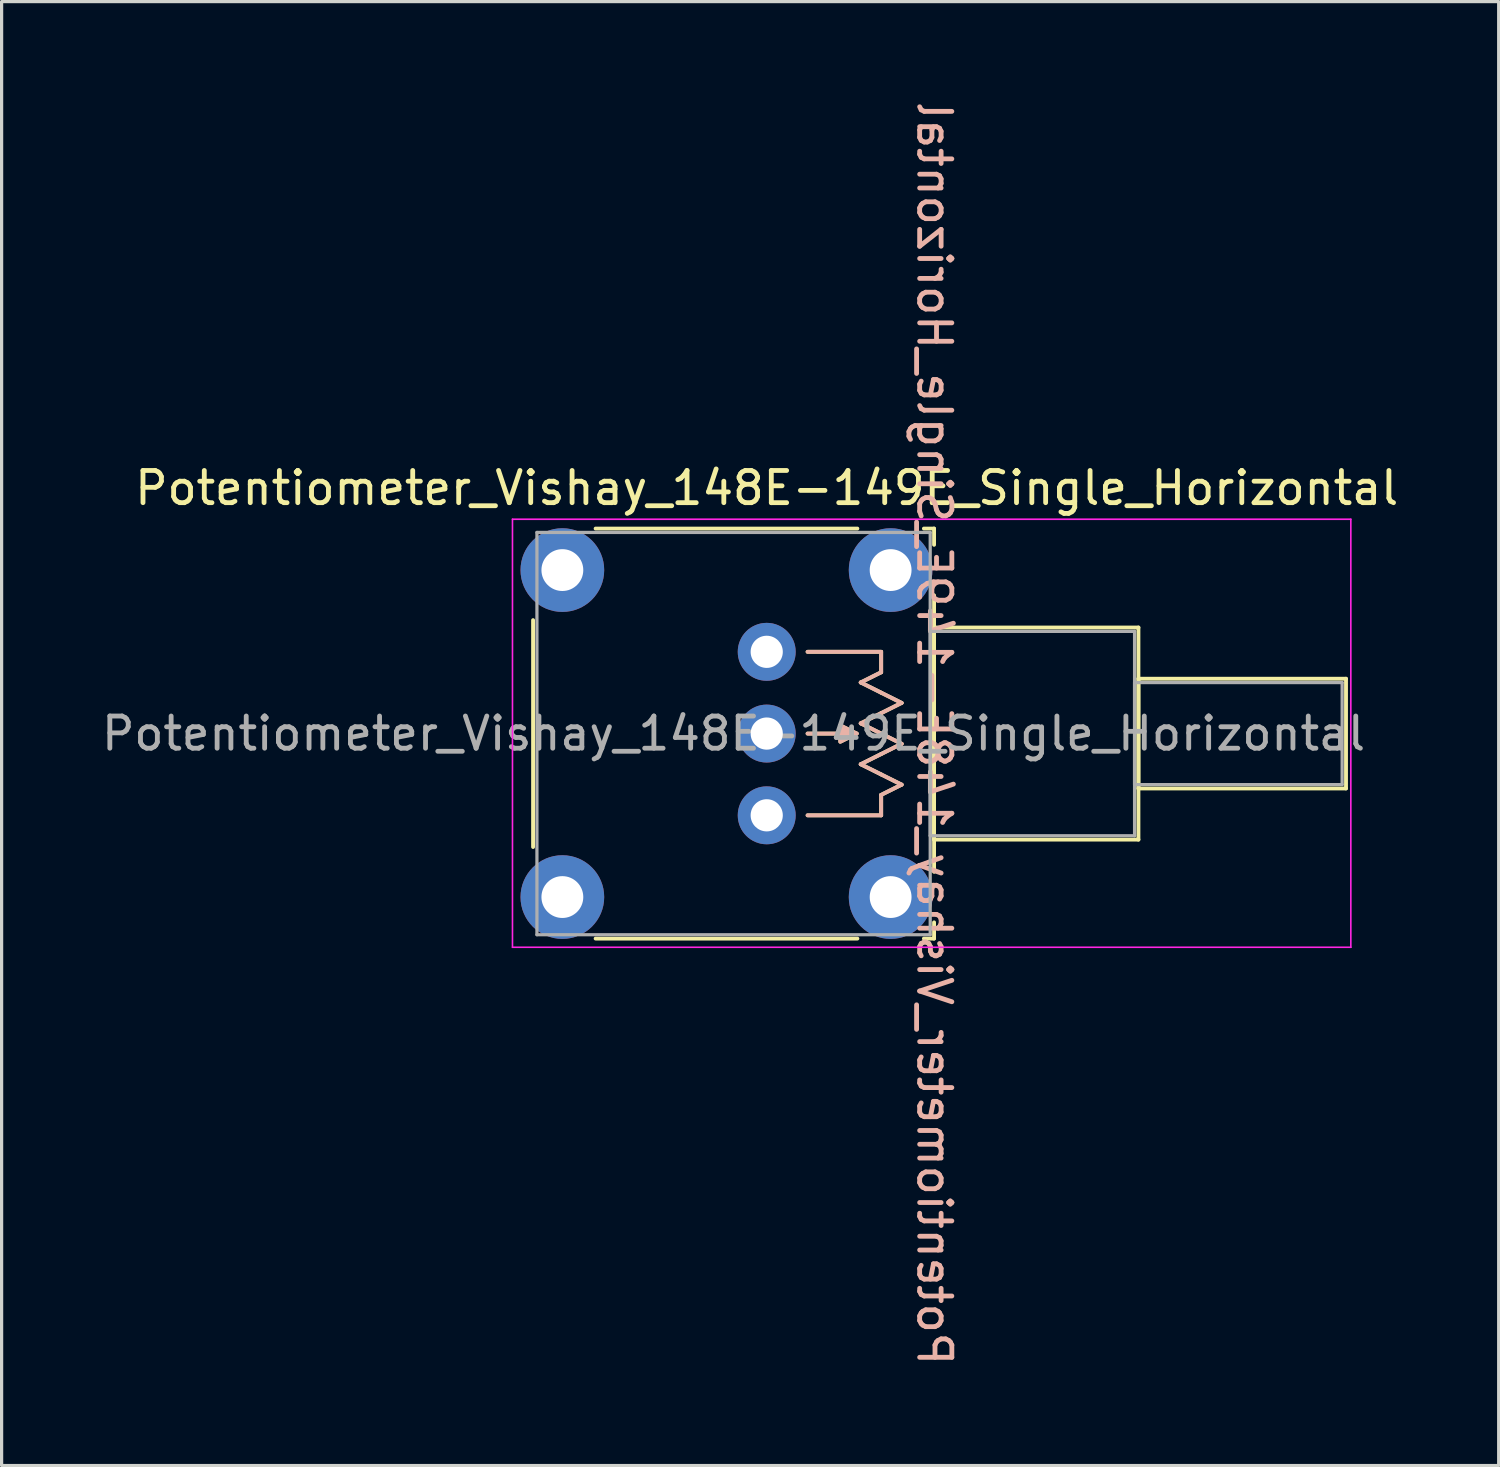
<source format=kicad_pcb>
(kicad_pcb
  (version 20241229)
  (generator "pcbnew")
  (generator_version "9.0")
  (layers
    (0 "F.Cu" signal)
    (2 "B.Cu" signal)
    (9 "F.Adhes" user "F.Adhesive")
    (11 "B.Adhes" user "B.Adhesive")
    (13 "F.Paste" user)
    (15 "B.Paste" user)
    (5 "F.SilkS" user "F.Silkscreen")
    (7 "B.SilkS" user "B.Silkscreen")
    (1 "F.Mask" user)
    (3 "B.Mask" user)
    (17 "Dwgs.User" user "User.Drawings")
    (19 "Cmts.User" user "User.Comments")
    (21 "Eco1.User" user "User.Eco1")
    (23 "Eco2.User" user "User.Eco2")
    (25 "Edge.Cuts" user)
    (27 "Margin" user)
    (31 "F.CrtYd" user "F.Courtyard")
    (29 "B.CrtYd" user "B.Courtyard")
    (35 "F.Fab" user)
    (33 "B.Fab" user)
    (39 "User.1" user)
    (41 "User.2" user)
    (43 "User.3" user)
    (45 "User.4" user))
  (footprint "Potentiometer_Vishay_148E-149E_Single_Horizontal"
    (layer "F.Cu")
    (at 20.774 22.284)
    (property "Reference" "Potentiometer_Vishay_148E-149E_Single_Horizontal" (at 0 -10.17 0) (layer "F.SilkS") (effects (font (size 1 1) (thickness 0.15))))
    (attr through_hole)
    (fp_line (start -7.26 -6.065) (end -7.26 0.985) (stroke (width 0.12) (type solid)) (layer "F.SilkS"))
    (fp_line (start -5.317 -8.91) (end 2.817 -8.91) (stroke (width 0.12) (type solid)) (layer "F.SilkS"))
    (fp_line (start -5.317 3.83) (end 2.817 3.83) (stroke (width 0.12) (type solid)) (layer "F.SilkS"))
    (fp_line (start 1.27 -5.08) (end 3.556 -5.08) (stroke (width 0.12) (type solid)) (layer "F.SilkS"))
    (fp_line (start 1.27 0) (end 3.556 0) (stroke (width 0.12) (type solid)) (layer "F.SilkS"))
    (fp_line (start 2.794 -2.54) (end 1.27 -2.54) (stroke (width 0.12) (type solid)) (layer "F.SilkS"))
    (fp_line (start 2.921 -4.128) (end 3.556 -3.81) (stroke (width 0.12) (type solid)) (layer "F.SilkS"))
    (fp_line (start 2.921 -2.857) (end 3.556 -2.54) (stroke (width 0.12) (type solid)) (layer "F.SilkS"))
    (fp_line (start 2.921 -1.587) (end 3.556 -1.27) (stroke (width 0.12) (type solid)) (layer "F.SilkS"))
    (fp_line (start 3.556 -5.08) (end 3.556 -4.445) (stroke (width 0.12) (type solid)) (layer "F.SilkS"))
    (fp_line (start 3.556 -4.445) (end 2.921 -4.128) (stroke (width 0.12) (type solid)) (layer "F.SilkS"))
    (fp_line (start 3.556 -3.175) (end 2.921 -2.857) (stroke (width 0.12) (type solid)) (layer "F.SilkS"))
    (fp_line (start 3.556 -3.175) (end 4.191 -3.493) (stroke (width 0.12) (type solid)) (layer "F.SilkS"))
    (fp_line (start 3.556 -1.905) (end 2.921 -1.587) (stroke (width 0.12) (type solid)) (layer "F.SilkS"))
    (fp_line (start 3.556 -1.905) (end 4.191 -2.223) (stroke (width 0.12) (type solid)) (layer "F.SilkS"))
    (fp_line (start 3.556 -0.635) (end 4.191 -0.953) (stroke (width 0.12) (type solid)) (layer "F.SilkS"))
    (fp_line (start 3.556 0) (end 3.556 -0.635) (stroke (width 0.12) (type solid)) (layer "F.SilkS"))
    (fp_line (start 4.191 -3.493) (end 3.556 -3.81) (stroke (width 0.12) (type solid)) (layer "F.SilkS"))
    (fp_line (start 4.191 -2.223) (end 3.556 -2.54) (stroke (width 0.12) (type solid)) (layer "F.SilkS"))
    (fp_line (start 4.191 -0.953) (end 3.556 -1.27) (stroke (width 0.12) (type solid)) (layer "F.SilkS"))
    (fp_line (start 4.884 -8.91) (end 5.2 -8.91) (stroke (width 0.12) (type solid)) (layer "F.SilkS"))
    (fp_line (start 4.884 3.83) (end 5.2 3.83) (stroke (width 0.12) (type solid)) (layer "F.SilkS"))
    (fp_line (start 5.2 -8.91) (end 5.2 -8.405) (stroke (width 0.12) (type solid)) (layer "F.SilkS"))
    (fp_line (start 5.2 -6.836) (end 5.2 1.756) (stroke (width 0.12) (type solid)) (layer "F.SilkS"))
    (fp_line (start 5.2 -5.835) (end 5.2 0.755) (stroke (width 0.12) (type solid)) (layer "F.SilkS"))
    (fp_line (start 5.2 -5.835) (end 11.55 -5.835) (stroke (width 0.12) (type solid)) (layer "F.SilkS"))
    (fp_line (start 5.2 0.755) (end 11.55 0.755) (stroke (width 0.12) (type solid)) (layer "F.SilkS"))
    (fp_line (start 5.2 3.326) (end 5.2 3.83) (stroke (width 0.12) (type solid)) (layer "F.SilkS"))
    (fp_line (start 11.55 -5.835) (end 11.55 0.755) (stroke (width 0.12) (type solid)) (layer "F.SilkS"))
    (fp_line (start 11.55 -4.244) (end 11.55 -0.835) (stroke (width 0.12) (type solid)) (layer "F.SilkS"))
    (fp_line (start 11.55 -4.244) (end 18 -4.244) (stroke (width 0.12) (type solid)) (layer "F.SilkS"))
    (fp_line (start 11.55 -0.835) (end 18 -0.835) (stroke (width 0.12) (type solid)) (layer "F.SilkS"))
    (fp_line (start 18 -4.244) (end 18 -0.835) (stroke (width 0.12) (type solid)) (layer "F.SilkS"))
    (fp_poly (pts (xy 2.794 -2.54) (xy 2.286 -2.286) (xy 2.286 -2.794)) (stroke (width 0.12) (type solid)) (fill yes) (layer "F.SilkS"))
    (fp_line (start 1.27 -5.08) (end 3.556 -5.08) (stroke (width 0.12) (type solid)) (layer "B.SilkS"))
    (fp_line (start 1.27 -2.54) (end 2.794 -2.54) (stroke (width 0.12) (type solid)) (layer "B.SilkS"))
    (fp_line (start 2.921 -4.128) (end 4.191 -3.493) (stroke (width 0.12) (type solid)) (layer "B.SilkS"))
    (fp_line (start 2.921 -2.857) (end 4.191 -2.223) (stroke (width 0.12) (type solid)) (layer "B.SilkS"))
    (fp_line (start 2.921 -1.587) (end 4.191 -0.953) (stroke (width 0.12) (type solid)) (layer "B.SilkS"))
    (fp_line (start 3.556 -5.08) (end 3.556 -4.445) (stroke (width 0.12) (type solid)) (layer "B.SilkS"))
    (fp_line (start 3.556 -4.445) (end 2.921 -4.128) (stroke (width 0.12) (type solid)) (layer "B.SilkS"))
    (fp_line (start 3.556 -0.635) (end 3.556 0) (stroke (width 0.12) (type solid)) (layer "B.SilkS"))
    (fp_line (start 3.556 0) (end 1.27 0) (stroke (width 0.12) (type solid)) (layer "B.SilkS"))
    (fp_line (start 4.191 -3.493) (end 2.921 -2.857) (stroke (width 0.12) (type solid)) (layer "B.SilkS"))
    (fp_line (start 4.191 -2.223) (end 2.921 -1.587) (stroke (width 0.12) (type solid)) (layer "B.SilkS"))
    (fp_line (start 4.191 -0.953) (end 3.556 -0.635) (stroke (width 0.12) (type solid)) (layer "B.SilkS"))
    (fp_poly (pts (xy 2.794 -2.54) (xy 2.286 -2.286) (xy 2.286 -2.794)) (stroke (width 0.12) (type solid)) (fill yes) (layer "B.SilkS"))
    (fp_line (start -7.9 -9.2) (end -7.9 4.1) (stroke (width 0.05) (type solid)) (layer "F.CrtYd"))
    (fp_line (start -7.9 4.1) (end 18.15 4.1) (stroke (width 0.05) (type solid)) (layer "F.CrtYd"))
    (fp_line (start 18.15 -9.2) (end -7.9 -9.2) (stroke (width 0.05) (type solid)) (layer "F.CrtYd"))
    (fp_line (start 18.15 4.1) (end 18.15 -9.2) (stroke (width 0.05) (type solid)) (layer "F.CrtYd"))
    (fp_line (start -7.14 -8.79) (end -7.14 3.71) (stroke (width 0.1) (type solid)) (layer "F.Fab"))
    (fp_line (start -7.14 3.71) (end 5.08 3.71) (stroke (width 0.1) (type solid)) (layer "F.Fab"))
    (fp_line (start 5.08 -8.79) (end -7.14 -8.79) (stroke (width 0.1) (type solid)) (layer "F.Fab"))
    (fp_line (start 5.08 -5.715) (end 5.08 0.635) (stroke (width 0.1) (type solid)) (layer "F.Fab"))
    (fp_line (start 5.08 0.635) (end 11.43 0.635) (stroke (width 0.1) (type solid)) (layer "F.Fab"))
    (fp_line (start 5.08 3.71) (end 5.08 -8.79) (stroke (width 0.1) (type solid)) (layer "F.Fab"))
    (fp_line (start 11.43 -5.715) (end 5.08 -5.715) (stroke (width 0.1) (type solid)) (layer "F.Fab"))
    (fp_line (start 11.43 -4.125) (end 11.43 -0.955) (stroke (width 0.1) (type solid)) (layer "F.Fab"))
    (fp_line (start 11.43 -0.955) (end 17.88 -0.955) (stroke (width 0.1) (type solid)) (layer "F.Fab"))
    (fp_line (start 11.43 0.635) (end 11.43 -5.715) (stroke (width 0.1) (type solid)) (layer "F.Fab"))
    (fp_line (start 17.88 -4.125) (end 11.43 -4.125) (stroke (width 0.1) (type solid)) (layer "F.Fab"))
    (fp_line (start 17.88 -0.955) (end 17.88 -4.125) (stroke (width 0.1) (type solid)) (layer "F.Fab"))
    (fp_text user "${REFERENCE}" (at 5.207 -2.54 270) (unlocked yes) (layer "B.SilkS") (effects (font (size 1 1) (thickness 0.15)) (justify mirror)))
    (fp_text user "${REFERENCE}" (at -1.03 -2.54 0) (layer "F.Fab") (effects (font (size 1 1) (thickness 0.15))))
    (pad "" thru_hole circle (at -6.35 -7.62) (size 2.6 2.6) (drill 1.3) (layers "*.Cu" "*.Mask"))
    (pad "" thru_hole circle (at -6.35 2.54) (size 2.6 2.6) (drill 1.3) (layers "*.Cu" "*.Mask"))
    (pad "" thru_hole circle (at 3.85 -7.62) (size 2.6 2.6) (drill 1.3) (layers "*.Cu" "*.Mask"))
    (pad "" thru_hole circle (at 3.85 2.54) (size 2.6 2.6) (drill 1.3) (layers "*.Cu" "*.Mask"))
    (pad "1" thru_hole circle (at 0 0) (size 1.8 1.8) (drill 1) (layers "*.Cu" "*.Mask"))
    (pad "2" thru_hole circle (at 0 -2.54) (size 1.8 1.8) (drill 1) (layers "*.Cu" "*.Mask"))
    (pad "3" thru_hole circle (at 0 -5.08) (size 1.8 1.8) (drill 1) (layers "*.Cu" "*.Mask")))
  (gr_rect
    (start -3 -3)
    (end 43.518 42.488)
    (stroke (width 0.1) (type default))
    (fill no)
    (layer "Edge.Cuts")))
</source>
